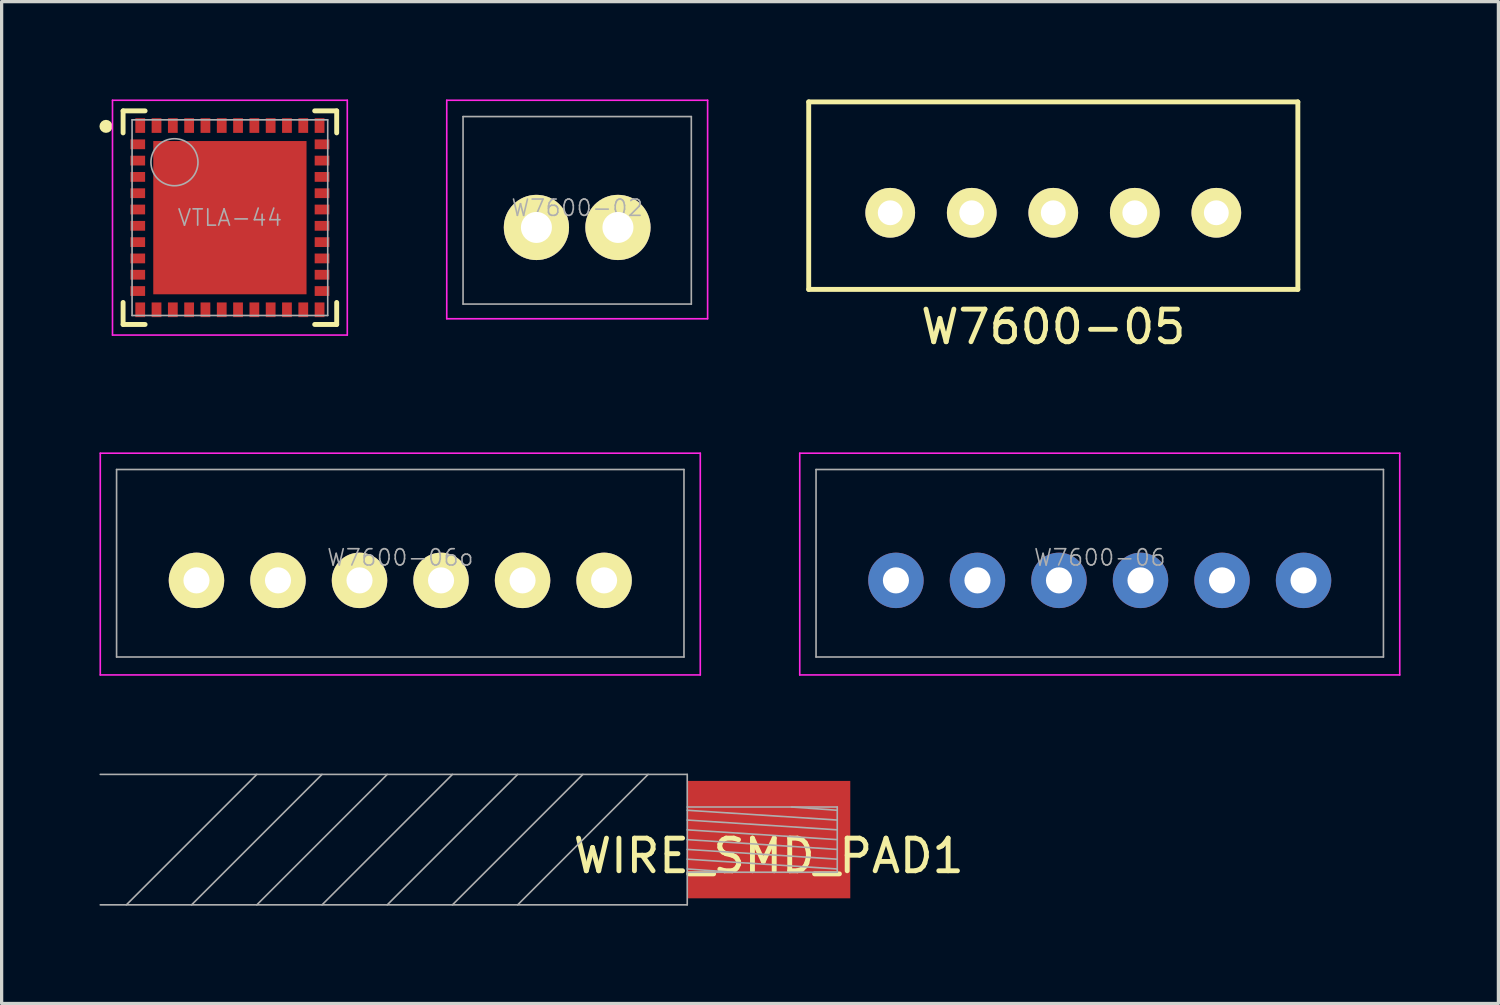
<source format=kicad_pcb>
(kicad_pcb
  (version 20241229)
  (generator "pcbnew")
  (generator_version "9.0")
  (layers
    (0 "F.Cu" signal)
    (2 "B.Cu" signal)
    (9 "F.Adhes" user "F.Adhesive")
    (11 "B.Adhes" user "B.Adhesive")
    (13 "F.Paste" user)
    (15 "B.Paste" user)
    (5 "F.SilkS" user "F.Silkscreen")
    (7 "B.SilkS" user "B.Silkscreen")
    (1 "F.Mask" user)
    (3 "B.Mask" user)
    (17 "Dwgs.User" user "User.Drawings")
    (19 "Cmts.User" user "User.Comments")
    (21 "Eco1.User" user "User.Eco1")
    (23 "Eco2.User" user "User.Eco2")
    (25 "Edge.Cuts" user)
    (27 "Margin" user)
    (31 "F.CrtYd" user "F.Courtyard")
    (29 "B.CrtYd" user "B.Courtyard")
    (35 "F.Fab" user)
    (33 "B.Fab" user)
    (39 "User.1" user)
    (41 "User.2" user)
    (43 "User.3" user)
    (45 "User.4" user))
  (footprint "W7600-06"
    (layer "F.Cu")
    (at 30.675 14.748)
    (property "Reference" "W7600-06" (at 0 -0.7 0) (layer "F.Fab") (effects (font (size 0.5 0.5) (thickness 0.05))))
    (attr through_hole)
    (fp_line (start -9.2 -3.9) (end 9.2 -3.9) (stroke (width 0.05) (type solid)) (layer "F.CrtYd"))
    (fp_line (start -9.2 2.9) (end -9.2 -3.9) (stroke (width 0.05) (type solid)) (layer "F.CrtYd"))
    (fp_line (start 9.2 -3.9) (end 9.2 2.9) (stroke (width 0.05) (type solid)) (layer "F.CrtYd"))
    (fp_line (start 9.2 2.9) (end -9.2 2.9) (stroke (width 0.05) (type solid)) (layer "F.CrtYd"))
    (fp_line (start -8.7 -3.4) (end 8.7 -3.4) (stroke (width 0.05) (type solid)) (layer "F.Fab"))
    (fp_line (start -8.7 2.35) (end -8.7 -3.4) (stroke (width 0.05) (type solid)) (layer "F.Fab"))
    (fp_line (start 8.7 2.35) (end -8.7 2.35) (stroke (width 0.05) (type solid)) (layer "F.Fab"))
    (fp_line (start 8.7 2.35) (end 8.7 -3.4) (stroke (width 0.05) (type solid)) (layer "F.Fab"))
    (pad "" smd circle (at -6.25 0) (size 0.9 0.9) (layers "F.Mask"))
    (pad "" smd circle (at -3.75 0) (size 0.9 0.9) (layers "F.Mask"))
    (pad "" smd circle (at -1.25 0) (size 0.9 0.9) (layers "F.Mask"))
    (pad "" smd circle (at 1.25 0) (size 0.9 0.9) (layers "F.Mask"))
    (pad "" smd circle (at 3.75 0) (size 0.9 0.9) (layers "F.Mask"))
    (pad "" smd circle (at 6.25 0) (size 0.9 0.9) (layers "F.Mask"))
    (pad "1" thru_hole circle (at 6.25 0) (size 1.7 1.7) (drill 0.8) (layers "*.Cu" "B.Mask"))
    (pad "2" thru_hole circle (at 3.75 0) (size 1.7 1.7) (drill 0.8) (layers "*.Cu" "B.Mask"))
    (pad "3" thru_hole circle (at 1.25 0) (size 1.7 1.7) (drill 0.8) (layers "*.Cu" "B.Mask"))
    (pad "4" thru_hole circle (at -1.25 0) (size 1.7 1.7) (drill 0.8) (layers "*.Cu" "B.Mask"))
    (pad "5" thru_hole circle (at -3.75 0) (size 1.7 1.7) (drill 0.8) (layers "*.Cu" "B.Mask"))
    (pad "6" thru_hole circle (at -6.25 0) (size 1.7 1.7) (drill 0.8) (layers "*.Cu" "B.Mask")))
  (footprint "W7600-02"
    (layer "F.Cu")
    (at 14.65 3.925)
    (property "Reference" "W7600-02" (at 0 -0.6 0) (layer "F.Fab") (effects (font (size 0.5 0.5) (thickness 0.05))))
    (attr through_hole)
    (fp_line (start -4 -3.9) (end 4 -3.9) (stroke (width 0.05) (type solid)) (layer "F.CrtYd"))
    (fp_line (start -4 2.8) (end -4 -3.9) (stroke (width 0.05) (type solid)) (layer "F.CrtYd"))
    (fp_line (start 4 -3.9) (end 4 2.8) (stroke (width 0.05) (type solid)) (layer "F.CrtYd"))
    (fp_line (start 4 2.8) (end -4 2.8) (stroke (width 0.05) (type solid)) (layer "F.CrtYd"))
    (fp_line (start -3.5 -3.4) (end 3.5 -3.4) (stroke (width 0.05) (type solid)) (layer "F.Fab"))
    (fp_line (start -3.5 2.35) (end -3.5 -3.4) (stroke (width 0.05) (type solid)) (layer "F.Fab"))
    (fp_line (start 3.5 2.35) (end -3.5 2.35) (stroke (width 0.05) (type solid)) (layer "F.Fab"))
    (fp_line (start 3.5 2.35) (end 3.5 -3.4) (stroke (width 0.05) (type solid)) (layer "F.Fab"))
    (pad "" smd circle (at -1.25 0) (size 1.05 1.05) (layers "F.Mask"))
    (pad "" smd circle (at 1.25 0) (size 1.05 1.05) (layers "F.Mask"))
    (pad "1" thru_hole circle (at 1.25 0) (size 2 2) (drill 0.95) (layers "*.Cu" "B.Mask" "F.SilkS"))
    (pad "2" thru_hole circle (at -1.25 0) (size 2 2) (drill 0.95) (layers "*.Cu" "B.Mask" "F.SilkS")))
  (footprint "VTLA-44"
    (layer "F.Cu")
    (at 4 3.625)
    (property "Reference" "VTLA-44" (at 0 0 0) (layer "F.Fab") (effects (font (size 0.5 0.5) (thickness 0.05))))
    (attr smd)
    (fp_line (start -3.275 -3.275) (end -3.275 -2.6) (stroke (width 0.15) (type solid)) (layer "F.SilkS"))
    (fp_line (start -3.275 -3.275) (end -2.6 -3.275) (stroke (width 0.15) (type solid)) (layer "F.SilkS"))
    (fp_line (start -3.275 3.275) (end -3.275 2.6) (stroke (width 0.15) (type solid)) (layer "F.SilkS"))
    (fp_line (start -3.275 3.275) (end -2.6 3.275) (stroke (width 0.15) (type solid)) (layer "F.SilkS"))
    (fp_line (start 3.275 -3.275) (end 2.6 -3.275) (stroke (width 0.15) (type solid)) (layer "F.SilkS"))
    (fp_line (start 3.275 -3.275) (end 3.275 -2.6) (stroke (width 0.15) (type solid)) (layer "F.SilkS"))
    (fp_line (start 3.275 3.275) (end 2.6 3.275) (stroke (width 0.15) (type solid)) (layer "F.SilkS"))
    (fp_line (start 3.275 3.275) (end 3.275 2.6) (stroke (width 0.15) (type solid)) (layer "F.SilkS"))
    (fp_circle (center -3.8 -2.8) (end -3.7 -2.8) (stroke (width 0.2) (type solid)) (fill no) (layer "F.SilkS"))
    (fp_line (start -3.6 -3.6) (end -3.6 3.6) (stroke (width 0.05) (type solid)) (layer "F.CrtYd"))
    (fp_line (start -3.6 -3.6) (end 3.6 -3.6) (stroke (width 0.05) (type solid)) (layer "F.CrtYd"))
    (fp_line (start -3.6 3.6) (end 3.6 3.6) (stroke (width 0.05) (type solid)) (layer "F.CrtYd"))
    (fp_line (start 3.6 -3.6) (end 3.6 3.6) (stroke (width 0.05) (type solid)) (layer "F.CrtYd"))
    (fp_line (start -3 -3) (end 3 -3) (stroke (width 0.05) (type solid)) (layer "F.Fab"))
    (fp_line (start -3 3) (end -3 -3) (stroke (width 0.05) (type solid)) (layer "F.Fab"))
    (fp_line (start 3 -3) (end 3 3) (stroke (width 0.05) (type solid)) (layer "F.Fab"))
    (fp_line (start 3 3) (end -3 3) (stroke (width 0.05) (type solid)) (layer "F.Fab"))
    (fp_circle (center -1.7 -1.7) (end -1.1 -1.3) (stroke (width 0.05) (type solid)) (fill no) (layer "F.Fab"))
    (pad "" smd rect (at 0 0) (size 4.7 4.7) (layers "F.Cu" "F.Mask" "F.Paste"))
    (pad "1" smd rect (at -2.825 -2.25) (size 0.45 0.3) (layers "F.Cu" "F.Mask" "F.Paste"))
    (pad "2" smd rect (at -2.825 -1.75) (size 0.45 0.3) (layers "F.Cu" "F.Mask" "F.Paste"))
    (pad "3" smd rect (at -2.825 -1.25) (size 0.45 0.3) (layers "F.Cu" "F.Mask" "F.Paste"))
    (pad "4" smd rect (at -2.825 -0.75) (size 0.45 0.3) (layers "F.Cu" "F.Mask" "F.Paste"))
    (pad "5" smd rect (at -2.825 -0.25) (size 0.45 0.3) (layers "F.Cu" "F.Mask" "F.Paste"))
    (pad "6" smd rect (at -2.825 0.25) (size 0.45 0.3) (layers "F.Cu" "F.Mask" "F.Paste"))
    (pad "7" smd rect (at -2.825 0.75) (size 0.45 0.3) (layers "F.Cu" "F.Mask" "F.Paste"))
    (pad "8" smd rect (at -2.825 1.25) (size 0.45 0.3) (layers "F.Cu" "F.Mask" "F.Paste"))
    (pad "9" smd rect (at -2.825 1.75) (size 0.45 0.3) (layers "F.Cu" "F.Mask" "F.Paste"))
    (pad "10" smd rect (at -2.825 2.25) (size 0.45 0.3) (layers "F.Cu" "F.Mask" "F.Paste"))
    (pad "11" smd rect (at -2.75 2.825 90) (size 0.45 0.3) (layers "F.Cu" "F.Mask" "F.Paste"))
    (pad "12" smd rect (at -2.25 2.825 90) (size 0.45 0.3) (layers "F.Cu" "F.Mask" "F.Paste"))
    (pad "13" smd rect (at -1.75 2.825 90) (size 0.45 0.3) (layers "F.Cu" "F.Mask" "F.Paste"))
    (pad "14" smd rect (at -1.25 2.825 90) (size 0.45 0.3) (layers "F.Cu" "F.Mask" "F.Paste"))
    (pad "15" smd rect (at -0.75 2.825 90) (size 0.45 0.3) (layers "F.Cu" "F.Mask" "F.Paste"))
    (pad "16" smd rect (at -0.25 2.825 90) (size 0.45 0.3) (layers "F.Cu" "F.Mask" "F.Paste"))
    (pad "17" smd rect (at 0.25 2.825 90) (size 0.45 0.3) (layers "F.Cu" "F.Mask" "F.Paste"))
    (pad "18" smd rect (at 0.75 2.825 90) (size 0.45 0.3) (layers "F.Cu" "F.Mask" "F.Paste"))
    (pad "19" smd rect (at 1.25 2.825 90) (size 0.45 0.3) (layers "F.Cu" "F.Mask" "F.Paste"))
    (pad "20" smd rect (at 1.75 2.825 90) (size 0.45 0.3) (layers "F.Cu" "F.Mask" "F.Paste"))
    (pad "21" smd rect (at 2.25 2.825 90) (size 0.45 0.3) (layers "F.Cu" "F.Mask" "F.Paste"))
    (pad "22" smd rect (at 2.75 2.825 90) (size 0.45 0.3) (layers "F.Cu" "F.Mask" "F.Paste"))
    (pad "23" smd rect (at 2.825 2.25) (size 0.45 0.3) (layers "F.Cu" "F.Mask" "F.Paste"))
    (pad "24" smd rect (at 2.825 1.75) (size 0.45 0.3) (layers "F.Cu" "F.Mask" "F.Paste"))
    (pad "25" smd rect (at 2.825 1.25) (size 0.45 0.3) (layers "F.Cu" "F.Mask" "F.Paste"))
    (pad "26" smd rect (at 2.825 0.75) (size 0.45 0.3) (layers "F.Cu" "F.Mask" "F.Paste"))
    (pad "27" smd rect (at 2.825 0.25) (size 0.45 0.3) (layers "F.Cu" "F.Mask" "F.Paste"))
    (pad "28" smd rect (at 2.825 -0.25) (size 0.45 0.3) (layers "F.Cu" "F.Mask" "F.Paste"))
    (pad "29" smd rect (at 2.825 -0.75) (size 0.45 0.3) (layers "F.Cu" "F.Mask" "F.Paste"))
    (pad "30" smd rect (at 2.825 -1.25) (size 0.45 0.3) (layers "F.Cu" "F.Mask" "F.Paste"))
    (pad "31" smd rect (at 2.825 -1.75) (size 0.45 0.3) (layers "F.Cu" "F.Mask" "F.Paste"))
    (pad "32" smd rect (at 2.825 -2.25) (size 0.45 0.3) (layers "F.Cu" "F.Mask" "F.Paste"))
    (pad "33" smd rect (at 2.75 -2.825 90) (size 0.45 0.3) (layers "F.Cu" "F.Mask" "F.Paste"))
    (pad "34" smd rect (at 2.25 -2.825 90) (size 0.45 0.3) (layers "F.Cu" "F.Mask" "F.Paste"))
    (pad "35" smd rect (at 1.75 -2.825 90) (size 0.45 0.3) (layers "F.Cu" "F.Mask" "F.Paste"))
    (pad "36" smd rect (at 1.25 -2.825 90) (size 0.45 0.3) (layers "F.Cu" "F.Mask" "F.Paste"))
    (pad "37" smd rect (at 0.75 -2.825 90) (size 0.45 0.3) (layers "F.Cu" "F.Mask" "F.Paste"))
    (pad "38" smd rect (at 0.25 -2.825 90) (size 0.45 0.3) (layers "F.Cu" "F.Mask" "F.Paste"))
    (pad "39" smd rect (at -0.25 -2.825 90) (size 0.45 0.3) (layers "F.Cu" "F.Mask" "F.Paste"))
    (pad "40" smd rect (at -0.75 -2.825 90) (size 0.45 0.3) (layers "F.Cu" "F.Mask" "F.Paste"))
    (pad "41" smd rect (at -1.25 -2.825 90) (size 0.45 0.3) (layers "F.Cu" "F.Mask" "F.Paste"))
    (pad "42" smd rect (at -1.75 -2.825 90) (size 0.45 0.3) (layers "F.Cu" "F.Mask" "F.Paste"))
    (pad "43" smd rect (at -2.25 -2.825 90) (size 0.45 0.3) (layers "F.Cu" "F.Mask" "F.Paste"))
    (pad "44" smd rect (at -2.75 -2.825 90) (size 0.45 0.3) (layers "F.Cu" "F.Mask" "F.Paste")))
  (footprint "W7600-05"
    (layer "F.Cu")
    (at 29.25 3.475)
    (property "Reference" "W7600-05" (at 0 3.5 0) (layer "F.SilkS") (effects (font (size 1 1) (thickness 0.15))))
    (attr through_hole)
    (fp_line (start -7.5 -3.4) (end 7.5 -3.4) (stroke (width 0.15) (type solid)) (layer "F.SilkS"))
    (fp_line (start -7.5 2.35) (end -7.5 -3.4) (stroke (width 0.15) (type solid)) (layer "F.SilkS"))
    (fp_line (start 7.5 2.35) (end -7.5 2.35) (stroke (width 0.15) (type solid)) (layer "F.SilkS"))
    (fp_line (start 7.5 2.35) (end 7.5 -3.4) (stroke (width 0.15) (type solid)) (layer "F.SilkS"))
    (pad "1" thru_hole circle (at 5 0) (size 1.524 1.524) (drill 0.762) (layers "*.Cu" "*.Mask" "F.SilkS"))
    (pad "2" thru_hole circle (at 2.5 0) (size 1.524 1.524) (drill 0.762) (layers "*.Cu" "*.Mask" "F.SilkS"))
    (pad "3" thru_hole circle (at 0 0) (size 1.524 1.524) (drill 0.762) (layers "*.Cu" "*.Mask" "F.SilkS"))
    (pad "4" thru_hole circle (at -2.5 0) (size 1.524 1.524) (drill 0.762) (layers "*.Cu" "*.Mask" "F.SilkS"))
    (pad "5" thru_hole circle (at -5 0) (size 1.524 1.524) (drill 0.762) (layers "*.Cu" "*.Mask" "F.SilkS")))
  (footprint "W7600-06o"
    (layer "F.Cu")
    (at 9.225 14.748)
    (property "Reference" "W7600-06o" (at 0 -0.7 0) (layer "F.Fab") (effects (font (size 0.5 0.5) (thickness 0.05))))
    (attr through_hole)
    (fp_line (start -9.2 -3.9) (end 9.2 -3.9) (stroke (width 0.05) (type solid)) (layer "F.CrtYd"))
    (fp_line (start -9.2 2.9) (end -9.2 -3.9) (stroke (width 0.05) (type solid)) (layer "F.CrtYd"))
    (fp_line (start 9.2 -3.9) (end 9.2 2.9) (stroke (width 0.05) (type solid)) (layer "F.CrtYd"))
    (fp_line (start 9.2 2.9) (end -9.2 2.9) (stroke (width 0.05) (type solid)) (layer "F.CrtYd"))
    (fp_line (start -8.7 -3.4) (end 8.7 -3.4) (stroke (width 0.05) (type solid)) (layer "F.Fab"))
    (fp_line (start -8.7 2.35) (end -8.7 -3.4) (stroke (width 0.05) (type solid)) (layer "F.Fab"))
    (fp_line (start 8.7 2.35) (end -8.7 2.35) (stroke (width 0.05) (type solid)) (layer "F.Fab"))
    (fp_line (start 8.7 2.35) (end 8.7 -3.4) (stroke (width 0.05) (type solid)) (layer "F.Fab"))
    (pad "1" thru_hole circle (at 6.25 0) (size 1.7 1.7) (drill 0.8) (layers "*.Cu" "*.Mask" "F.SilkS"))
    (pad "2" thru_hole circle (at 3.75 0) (size 1.7 1.7) (drill 0.8) (layers "*.Cu" "*.Mask" "F.SilkS"))
    (pad "3" thru_hole circle (at 1.25 0) (size 1.7 1.7) (drill 0.8) (layers "*.Cu" "*.Mask" "F.SilkS"))
    (pad "4" thru_hole circle (at -1.25 0) (size 1.7 1.7) (drill 0.8) (layers "*.Cu" "*.Mask" "F.SilkS"))
    (pad "5" thru_hole circle (at -3.75 0) (size 1.7 1.7) (drill 0.8) (layers "*.Cu" "*.Mask" "F.SilkS"))
    (pad "6" thru_hole circle (at -6.25 0) (size 1.7 1.7) (drill 0.8) (layers "*.Cu" "*.Mask" "F.SilkS")))
  (footprint "WIRE_SMD_PAD1"
    (layer "F.Cu")
    (at 20.525 22.698)
    (property "Reference" "WIRE_SMD_PAD1" (at 0 0.5 0) (layer "F.SilkS") (effects (font (size 1 1) (thickness 0.15))))
    (attr through_hole)
    (fp_line (start -19.7 2) (end -15.7 -2) (stroke (width 0.05) (type solid)) (layer "F.Fab"))
    (fp_line (start -17.7 2) (end -13.7 -2) (stroke (width 0.05) (type solid)) (layer "F.Fab"))
    (fp_line (start -15.7 2) (end -11.7 -2) (stroke (width 0.05) (type solid)) (layer "F.Fab"))
    (fp_line (start -13.7 2) (end -9.7 -2) (stroke (width 0.05) (type solid)) (layer "F.Fab"))
    (fp_line (start -11.7 2) (end -7.7 -2) (stroke (width 0.05) (type solid)) (layer "F.Fab"))
    (fp_line (start -9.7 2) (end -5.7 -2) (stroke (width 0.05) (type solid)) (layer "F.Fab"))
    (fp_line (start -7.7 2) (end -3.7 -2) (stroke (width 0.05) (type solid)) (layer "F.Fab"))
    (fp_line (start -2.5 -2) (end -20.5 -2) (stroke (width 0.05) (type solid)) (layer "F.Fab"))
    (fp_line (start -2.5 -2) (end -2.5 2) (stroke (width 0.05) (type solid)) (layer "F.Fab"))
    (fp_line (start -2.5 -1) (end 2.1 -1) (stroke (width 0.05) (type solid)) (layer "F.Fab"))
    (fp_line (start -2.5 -0.9) (end 2.1 -0.6) (stroke (width 0.05) (type solid)) (layer "F.Fab"))
    (fp_line (start -2.5 -0.6) (end 2.1 -0.3) (stroke (width 0.05) (type solid)) (layer "F.Fab"))
    (fp_line (start -2.5 -0.3) (end 2.1 0) (stroke (width 0.05) (type solid)) (layer "F.Fab"))
    (fp_line (start -2.5 0) (end 2.1 0.3) (stroke (width 0.05) (type solid)) (layer "F.Fab"))
    (fp_line (start -2.5 0.3) (end 2.1 0.6) (stroke (width 0.05) (type solid)) (layer "F.Fab"))
    (fp_line (start -2.5 0.6) (end 2.1 0.9) (stroke (width 0.05) (type solid)) (layer "F.Fab"))
    (fp_line (start -2.5 0.9) (end -1.1 1) (stroke (width 0.05) (type solid)) (layer "F.Fab"))
    (fp_line (start -2.5 1) (end 2.1 1) (stroke (width 0.05) (type solid)) (layer "F.Fab"))
    (fp_line (start -2.5 2) (end -20.5 2) (stroke (width 0.05) (type solid)) (layer "F.Fab"))
    (fp_line (start 0.7 -1) (end 2.1 -0.9) (stroke (width 0.05) (type solid)) (layer "F.Fab"))
    (fp_line (start 2.1 1) (end 2.1 -1) (stroke (width 0.05) (type solid)) (layer "F.Fab"))
    (pad "1" smd rect (at 0 0) (size 5 3.6) (layers "F.Cu" "F.Mask")))
  (gr_rect
    (start -3 -3)
    (end 42.9 27.723)
    (stroke (width 0.1) (type default))
    (fill no)
    (layer "Edge.Cuts")))
</source>
